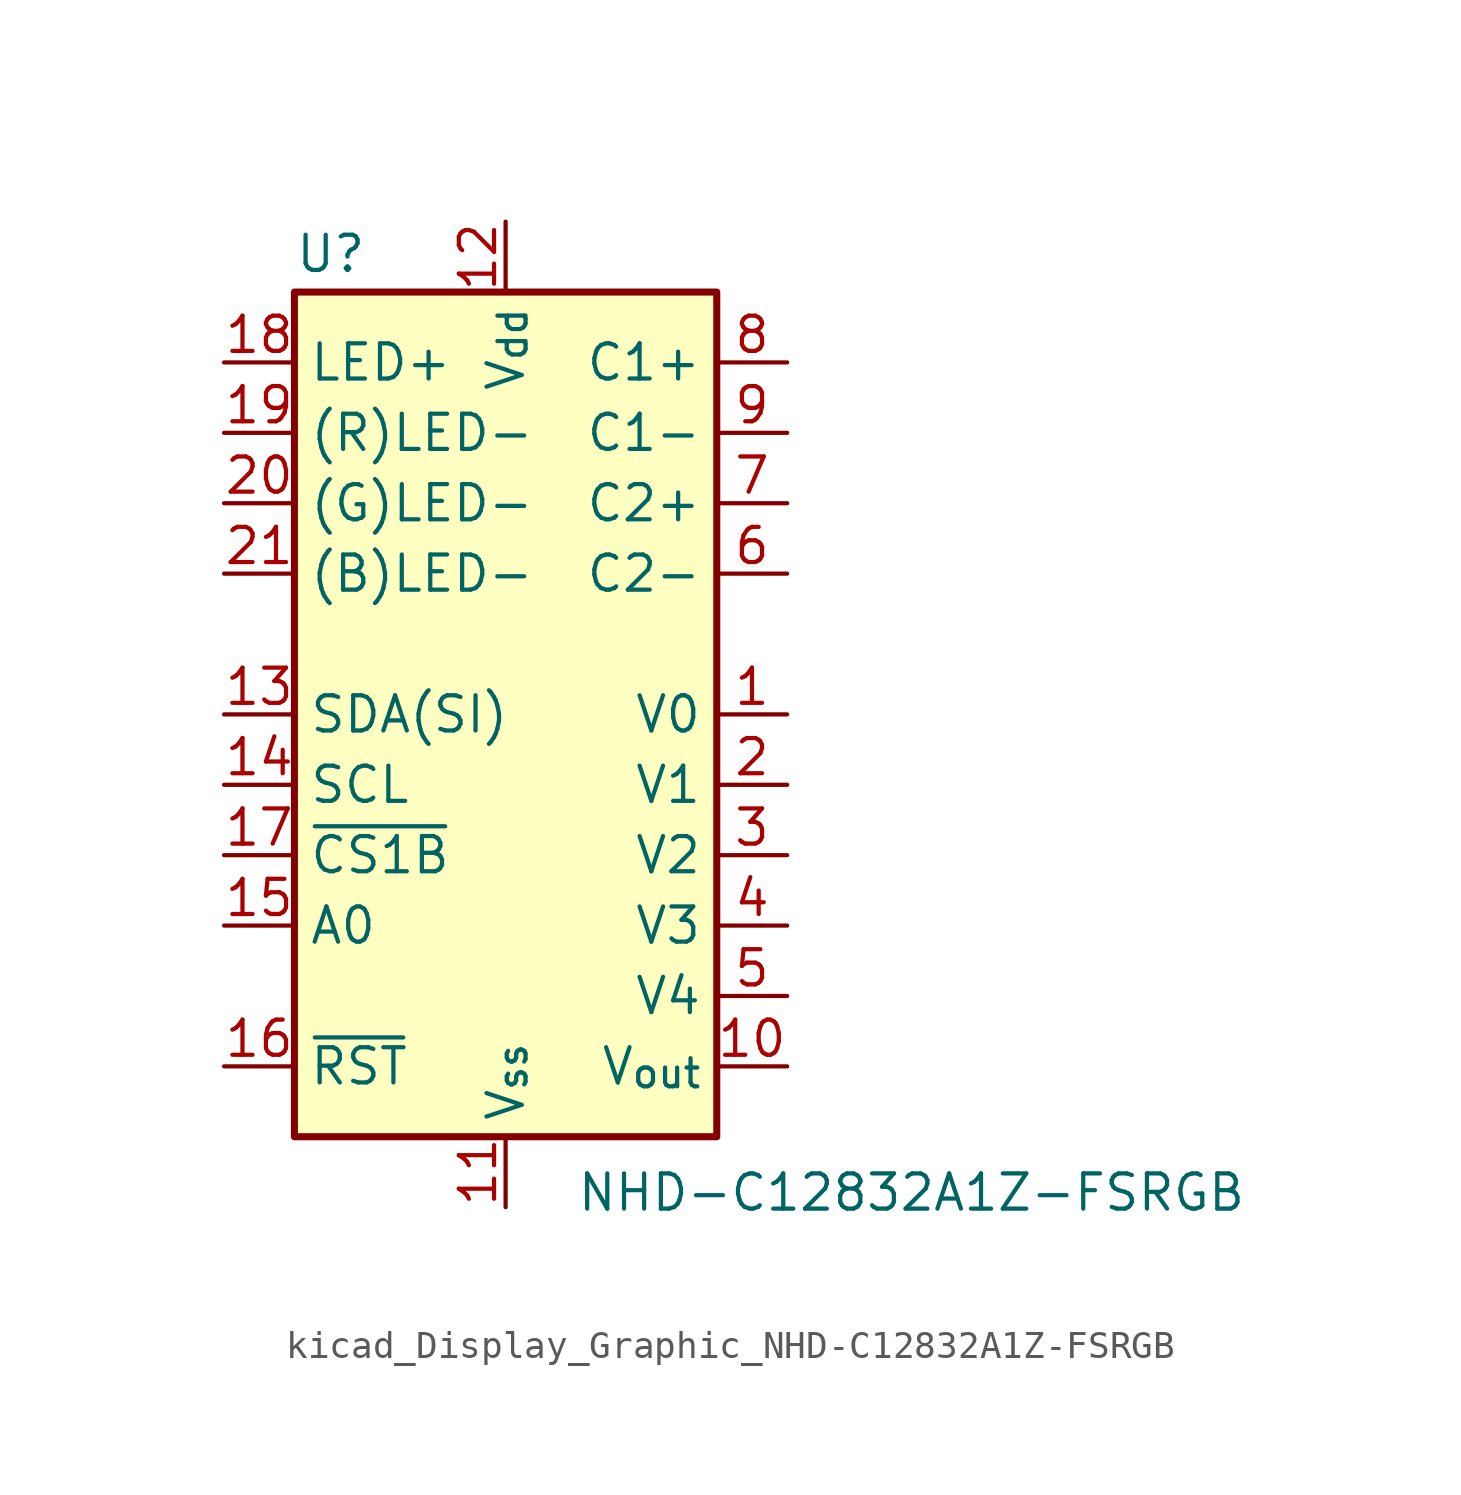
<source format=kicad_sym>
(kicad_symbol_lib
  (version 20220914)
  (generator kicad_symbol_editor)
  (symbol "kicad_Display_Graphic_NHD-C12832A1Z-FSRGB"
    (property "Reference" "U"
      (at -7.62 15.875 0)
      (effects (font (size 1.27 1.27)) (justify left bottom)))
    (property "Value" "NHD-C12832A1Z-FSRGB"
      (at 2.54 -16.51 0)
      (effects (font (size 1.27 1.27)) (justify left top)))
    (symbol "kicad_Display_Graphic_NHD-C12832A1Z-FSRGB_0_1"
      (rectangle (start -7.62 15.24) (end 7.62 -15.24) (stroke (width 0.254) (type default)) (fill (type background))))
    (symbol "kicad_Display_Graphic_NHD-C12832A1Z-FSRGB_1_1"
      (pin passive line (at 10.16 0 180) (length 2.54) (name "V0" (effects (font (size 1.27 1.27)))) (number "1" (effects (font (size 1.27 1.27)))))
      (pin passive line (at 10.16 -12.7 180) (length 2.54) (name "V_{out}" (effects (font (size 1.27 1.27)))) (number "10" (effects (font (size 1.27 1.27)))))
      (pin power_in line (at 0 -17.78 90) (length 2.54) (name "V_{ss}" (effects (font (size 1.27 1.27)))) (number "11" (effects (font (size 1.27 1.27)))))
      (pin power_in line (at 0 17.78 270) (length 2.54) (name "V_{dd}" (effects (font (size 1.27 1.27)))) (number "12" (effects (font (size 1.27 1.27)))))
      (pin input line (at -10.16 0 0) (length 2.54) (name "SDA(SI)" (effects (font (size 1.27 1.27)))) (number "13" (effects (font (size 1.27 1.27)))))
      (pin input line (at -10.16 -2.54 0) (length 2.54) (name "SCL" (effects (font (size 1.27 1.27)))) (number "14" (effects (font (size 1.27 1.27)))))
      (pin input line (at -10.16 -7.62 0) (length 2.54) (name "A0" (effects (font (size 1.27 1.27)))) (number "15" (effects (font (size 1.27 1.27)))))
      (pin input line (at -10.16 -12.7 0) (length 2.54) (name "~{RST}" (effects (font (size 1.27 1.27)))) (number "16" (effects (font (size 1.27 1.27)))))
      (pin input line (at -10.16 -5.08 0) (length 2.54) (name "~{CS1B}" (effects (font (size 1.27 1.27)))) (number "17" (effects (font (size 1.27 1.27)))))
      (pin passive line (at -10.16 12.7 0) (length 2.54) (name "LED+" (effects (font (size 1.27 1.27)))) (number "18" (effects (font (size 1.27 1.27)))))
      (pin passive line (at -10.16 10.16 0) (length 2.54) (name "(R)LED-" (effects (font (size 1.27 1.27)))) (number "19" (effects (font (size 1.27 1.27)))))
      (pin passive line (at 10.16 -2.54 180) (length 2.54) (name "V1" (effects (font (size 1.27 1.27)))) (number "2" (effects (font (size 1.27 1.27)))))
      (pin passive line (at -10.16 7.62 0) (length 2.54) (name "(G)LED-" (effects (font (size 1.27 1.27)))) (number "20" (effects (font (size 1.27 1.27)))))
      (pin passive line (at -10.16 5.08 0) (length 2.54) (name "(B)LED-" (effects (font (size 1.27 1.27)))) (number "21" (effects (font (size 1.27 1.27)))))
      (pin passive line (at 10.16 -5.08 180) (length 2.54) (name "V2" (effects (font (size 1.27 1.27)))) (number "3" (effects (font (size 1.27 1.27)))))
      (pin passive line (at 10.16 -7.62 180) (length 2.54) (name "V3" (effects (font (size 1.27 1.27)))) (number "4" (effects (font (size 1.27 1.27)))))
      (pin passive line (at 10.16 -10.16 180) (length 2.54) (name "V4" (effects (font (size 1.27 1.27)))) (number "5" (effects (font (size 1.27 1.27)))))
      (pin passive line (at 10.16 5.08 180) (length 2.54) (name "C2-" (effects (font (size 1.27 1.27)))) (number "6" (effects (font (size 1.27 1.27)))))
      (pin passive line (at 10.16 7.62 180) (length 2.54) (name "C2+" (effects (font (size 1.27 1.27)))) (number "7" (effects (font (size 1.27 1.27)))))
      (pin passive line (at 10.16 12.7 180) (length 2.54) (name "C1+" (effects (font (size 1.27 1.27)))) (number "8" (effects (font (size 1.27 1.27)))))
      (pin passive line (at 10.16 10.16 180) (length 2.54) (name "C1-" (effects (font (size 1.27 1.27)))) (number "9" (effects (font (size 1.27 1.27))))))))
</source>
